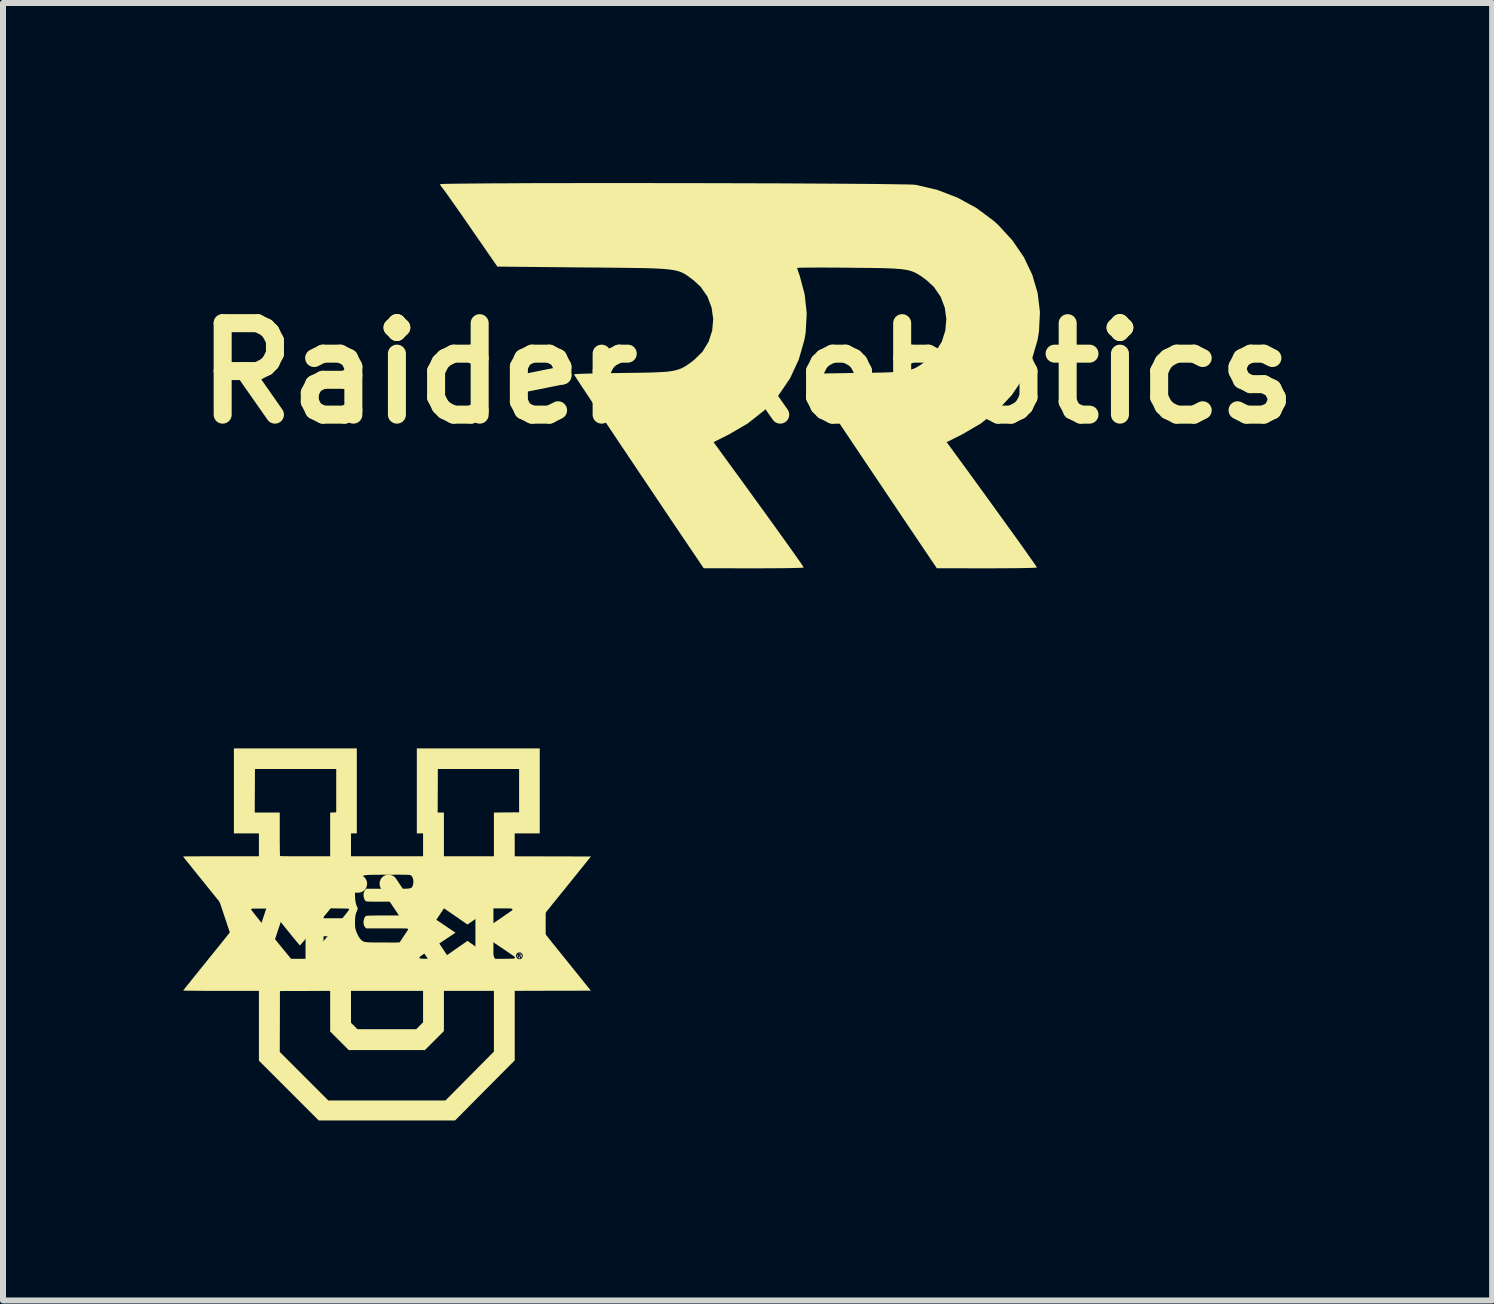
<source format=kicad_pcb>
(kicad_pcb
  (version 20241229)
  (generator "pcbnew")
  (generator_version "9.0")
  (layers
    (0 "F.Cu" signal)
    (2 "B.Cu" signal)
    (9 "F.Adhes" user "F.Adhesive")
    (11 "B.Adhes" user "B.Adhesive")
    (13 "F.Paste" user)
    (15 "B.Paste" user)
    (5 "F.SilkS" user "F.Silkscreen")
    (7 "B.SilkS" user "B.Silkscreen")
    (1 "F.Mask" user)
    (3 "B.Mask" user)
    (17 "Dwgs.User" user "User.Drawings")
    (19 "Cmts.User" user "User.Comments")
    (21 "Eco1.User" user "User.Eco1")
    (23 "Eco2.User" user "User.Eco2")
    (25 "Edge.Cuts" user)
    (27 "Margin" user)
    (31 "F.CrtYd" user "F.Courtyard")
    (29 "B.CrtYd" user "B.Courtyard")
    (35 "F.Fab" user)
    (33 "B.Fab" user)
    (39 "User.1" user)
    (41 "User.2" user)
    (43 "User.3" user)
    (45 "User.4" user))
  (footprint "Raider Robotics"
    (layer "F.Cu")
    (at 9.405 3.169)
    (property "Reference" "Raider Robotics" (at 0 0 0) (layer "F.SilkS") (effects (font (size 1.524 1.524) (thickness 0.3))))
    (attr through_hole)
    (fp_poly (pts (xy -1.841 -3.169) (xy -1.439 -3.168) (xy -1.034 -3.168) (xy -0.631 -3.167) (xy -0.232 -3.166) (xy 0.158 -3.165) (xy 0.535 -3.164) (xy 0.897 -3.162) (xy 1.238 -3.16) (xy 1.556 -3.158) (xy 1.847 -3.156) (xy 2.106 -3.154) (xy 2.331 -3.151) (xy 2.517 -3.148) (xy 2.661 -3.146) (xy 2.758 -3.143) (xy 2.806 -3.139) (xy 2.806 -3.139) (xy 3.16 -3.056) (xy 3.5 -2.925) (xy 3.818 -2.751) (xy 4.103 -2.538) (xy 4.177 -2.471) (xy 4.414 -2.213) (xy 4.604 -1.935) (xy 4.744 -1.641) (xy 4.834 -1.334) (xy 4.872 -1.019) (xy 4.856 -0.699) (xy 4.833 -0.558) (xy 4.736 -0.224) (xy 4.592 0.085) (xy 4.401 0.366) (xy 4.165 0.618) (xy 3.885 0.838) (xy 3.581 1.016) (xy 3.318 1.148) (xy 3.65 1.602) (xy 3.828 1.847) (xy 4.001 2.085) (xy 4.164 2.311) (xy 4.316 2.522) (xy 4.454 2.713) (xy 4.574 2.88) (xy 4.673 3.021) (xy 4.75 3.129) (xy 4.8 3.202) (xy 4.821 3.235) (xy 4.821 3.236) (xy 4.795 3.24) (xy 4.72 3.243) (xy 4.603 3.246) (xy 4.452 3.248) (xy 4.272 3.249) (xy 4.071 3.25) (xy 3.988 3.25) (xy 3.154 3.249) (xy 2.936 2.926) (xy 2.769 2.678) (xy 2.595 2.42) (xy 2.418 2.156) (xy 2.24 1.891) (xy 2.064 1.629) (xy 1.892 1.373) (xy 1.728 1.128) (xy 1.573 0.897) (xy 1.432 0.684) (xy 1.305 0.494) (xy 1.196 0.33) (xy 1.108 0.197) (xy 1.042 0.098) (xy 1.003 0.037) (xy 0.992 0.018) (xy 1.018 0.014) (xy 1.093 0.01) (xy 1.209 0.006) (xy 1.36 0.002) (xy 1.54 -0.001) (xy 1.74 -0.004) (xy 1.811 -0.005) (xy 2.059 -0.008) (xy 2.259 -0.012) (xy 2.418 -0.018) (xy 2.543 -0.026) (xy 2.642 -0.04) (xy 2.722 -0.059) (xy 2.789 -0.085) (xy 2.851 -0.119) (xy 2.916 -0.163) (xy 2.988 -0.217) (xy 3.133 -0.359) (xy 3.236 -0.526) (xy 3.295 -0.711) (xy 3.312 -0.903) (xy 3.286 -1.094) (xy 3.217 -1.275) (xy 3.105 -1.438) (xy 2.988 -1.546) (xy 2.918 -1.599) (xy 2.856 -1.641) (xy 2.796 -1.675) (xy 2.732 -1.701) (xy 2.657 -1.721) (xy 2.564 -1.734) (xy 2.446 -1.744) (xy 2.296 -1.75) (xy 2.109 -1.754) (xy 1.877 -1.756) (xy 1.729 -1.758) (xy 1.512 -1.76) (xy 1.314 -1.761) (xy 1.141 -1.761) (xy 1 -1.76) (xy 0.897 -1.759) (xy 0.838 -1.757) (xy 0.826 -1.755) (xy 0.835 -1.724) (xy 0.857 -1.659) (xy 0.87 -1.622) (xy 0.952 -1.315) (xy 0.986 -0.997) (xy 0.969 -0.682) (xy 0.948 -0.558) (xy 0.852 -0.224) (xy 0.708 0.085) (xy 0.517 0.366) (xy 0.28 0.618) (xy 0.001 0.838) (xy -0.304 1.016) (xy -0.566 1.148) (xy -0.235 1.602) (xy -0.056 1.847) (xy 0.116 2.085) (xy 0.28 2.311) (xy 0.432 2.522) (xy 0.569 2.713) (xy 0.689 2.88) (xy 0.789 3.021) (xy 0.865 3.129) (xy 0.915 3.202) (xy 0.936 3.235) (xy 0.937 3.236) (xy 0.91 3.24) (xy 0.835 3.243) (xy 0.719 3.246) (xy 0.567 3.248) (xy 0.388 3.249) (xy 0.186 3.25) (xy 0.103 3.25) (xy -0.73 3.249) (xy -0.948 2.926) (xy -1.116 2.678) (xy -1.29 2.42) (xy -1.467 2.156) (xy -1.645 1.891) (xy -1.821 1.629) (xy -1.992 1.373) (xy -2.157 1.128) (xy -2.311 0.897) (xy -2.453 0.684) (xy -2.58 0.494) (xy -2.688 0.33) (xy -2.777 0.197) (xy -2.842 0.098) (xy -2.881 0.037) (xy -2.893 0.018) (xy -2.866 0.014) (xy -2.791 0.01) (xy -2.675 0.006) (xy -2.524 0.002) (xy -2.345 -0.001) (xy -2.144 -0.004) (xy -2.073 -0.005) (xy -1.825 -0.008) (xy -1.625 -0.012) (xy -1.466 -0.018) (xy -1.341 -0.026) (xy -1.242 -0.04) (xy -1.163 -0.059) (xy -1.095 -0.085) (xy -1.033 -0.119) (xy -0.969 -0.163) (xy -0.896 -0.217) (xy -0.751 -0.359) (xy -0.649 -0.526) (xy -0.589 -0.711) (xy -0.572 -0.903) (xy -0.599 -1.094) (xy -0.667 -1.275) (xy -0.779 -1.438) (xy -0.896 -1.546) (xy -0.953 -1.589) (xy -1.003 -1.626) (xy -1.05 -1.656) (xy -1.1 -1.682) (xy -1.157 -1.702) (xy -1.228 -1.718) (xy -1.315 -1.73) (xy -1.425 -1.74) (xy -1.562 -1.747) (xy -1.731 -1.752) (xy -1.937 -1.755) (xy -2.185 -1.758) (xy -2.48 -1.761) (xy -2.711 -1.763) (xy -4.168 -1.777) (xy -4.604 -2.407) (xy -4.719 -2.574) (xy -4.826 -2.727) (xy -4.921 -2.861) (xy -4.997 -2.97) (xy -5.052 -3.046) (xy -5.081 -3.083) (xy -5.081 -3.084) (xy -5.115 -3.128) (xy -5.124 -3.15) (xy -5.097 -3.153) (xy -5.019 -3.156) (xy -4.893 -3.158) (xy -4.723 -3.16) (xy -4.513 -3.162) (xy -4.267 -3.164) (xy -3.989 -3.165) (xy -3.681 -3.167) (xy -3.348 -3.168) (xy -2.994 -3.168) (xy -2.622 -3.169) (xy -2.237 -3.169)) (stroke (width 0) (type solid)) (fill yes) (layer "F.SilkS")))
  (footprint "VEXU"
    (layer "F.Cu")
    (at 3.388 12.508)
    (property "Reference" "VEXU" (at 0 0 0) (layer "F.SilkS") (effects (font (size 1.524 1.524) (thickness 0.3))))
    (attr through_hole)
    (fp_poly (pts (xy 2.221 0.352) (xy 2.221 0.354) (xy 2.216 0.361) (xy 2.214 0.361) (xy 2.208 0.356) (xy 2.207 0.354) (xy 2.213 0.347) (xy 2.214 0.347)) (stroke (width 0) (type solid)) (fill yes) (layer "F.SilkS"))
    (fp_poly (pts (xy 2.186 0.349) (xy 2.186 0.366) (xy 2.186 0.366) (xy 2.186 0.387) (xy 2.183 0.395) (xy 2.179 0.39) (xy 2.176 0.379) (xy 2.175 0.361) (xy 2.179 0.349) (xy 2.183 0.344)) (stroke (width 0) (type solid)) (fill yes) (layer "F.SilkS"))
    (fp_poly (pts (xy 2.218 0.385) (xy 2.225 0.394) (xy 2.228 0.403) (xy 2.228 0.404) (xy 2.222 0.408) (xy 2.214 0.41) (xy 2.203 0.407) (xy 2.203 0.399) (xy 2.207 0.384) (xy 2.208 0.379) (xy 2.211 0.378)) (stroke (width 0) (type solid)) (fill yes) (layer "F.SilkS"))
    (fp_poly (pts (xy 2.236 0.332) (xy 2.251 0.346) (xy 2.256 0.368) (xy 2.254 0.386) (xy 2.248 0.392) (xy 2.239 0.385) (xy 2.237 0.382) (xy 2.233 0.369) (xy 2.237 0.362) (xy 2.24 0.352) (xy 2.232 0.341) (xy 2.216 0.333) (xy 2.209 0.331) (xy 2.197 0.329) (xy 2.199 0.328) (xy 2.212 0.327)) (stroke (width 0) (type solid)) (fill yes) (layer "F.SilkS"))
    (fp_poly (pts (xy -0.493 -1.673) (xy -0.59 -1.673) (xy -0.59 -1.291) (xy 0.611 -1.291) (xy 0.611 -1.673) (xy 0.507 -1.673) (xy 0.507 -2.02) (xy 0.854 -2.02) (xy 0.958 -2.02) (xy 0.958 -1.291) (xy 1.791 -1.291) (xy 1.791 -2.02) (xy 2.001 -2.022) (xy 2.211 -2.024) (xy 2.211 -2.745) (xy 0.857 -2.745) (xy 0.856 -2.383) (xy 0.854 -2.02) (xy 0.507 -2.02) (xy 0.507 -3.089) (xy 2.555 -3.089) (xy 2.555 -1.673) (xy 2.138 -1.673) (xy 2.138 -1.291) (xy 3.408 -1.288) (xy 2.96 -0.732) (xy 2.898 -0.656) (xy 2.839 -0.582) (xy 2.782 -0.513) (xy 2.73 -0.447) (xy 2.681 -0.387) (xy 2.638 -0.333) (xy 2.6 -0.286) (xy 2.567 -0.245) (xy 2.542 -0.213) (xy 2.523 -0.19) (xy 2.512 -0.177) (xy 2.509 -0.173) (xy 2.513 -0.167) (xy 2.525 -0.151) (xy 2.545 -0.126) (xy 2.571 -0.092) (xy 2.605 -0.05) (xy 2.644 -0.001) (xy 2.688 0.054) (xy 2.737 0.116) (xy 2.79 0.182) (xy 2.847 0.253) (xy 2.907 0.327) (xy 2.957 0.389) (xy 3.407 0.948) (xy 2.773 0.949) (xy 2.138 0.951) (xy 2.138 2.109) (xy 1.641 2.609) (xy 1.144 3.11) (xy -1.128 3.11) (xy -2.124 2.114) (xy -2.124 1.968) (xy -1.777 1.968) (xy -0.968 2.777) (xy 0.984 2.777) (xy 1.388 2.37) (xy 1.791 1.963) (xy 1.791 0.951) (xy 0.958 0.951) (xy 0.958 1.621) (xy 0.642 1.937) (xy -0.628 1.937) (xy -0.937 1.628) (xy -0.937 0.951) (xy -0.59 0.951) (xy -0.59 1.482) (xy -0.536 1.536) (xy -0.483 1.59) (xy 0.496 1.59) (xy 0.553 1.533) (xy 0.611 1.475) (xy 0.611 0.951) (xy -0.59 0.951) (xy -0.937 0.951) (xy -0.937 0.951) (xy -1.355 0.953) (xy -1.774 0.954) (xy -1.775 1.461) (xy -1.777 1.968) (xy -2.124 1.968) (xy -2.124 0.951) (xy -2.756 0.951) (xy -2.849 0.951) (xy -2.937 0.951) (xy -3.02 0.951) (xy -3.097 0.95) (xy -3.167 0.95) (xy -3.229 0.949) (xy -3.283 0.949) (xy -3.326 0.948) (xy -3.358 0.947) (xy -3.379 0.946) (xy -3.386 0.945) (xy -3.386 0.945) (xy -3.382 0.939) (xy -3.369 0.923) (xy -3.349 0.898) (xy -3.322 0.864) (xy -3.288 0.822) (xy -3.248 0.772) (xy -3.204 0.717) (xy -3.154 0.655) (xy -3.101 0.589) (xy -3.044 0.519) (xy -2.984 0.444) (xy -2.94 0.389) (xy -2.878 0.313) (xy -2.819 0.24) (xy -2.763 0.171) (xy -2.711 0.106) (xy -2.663 0.046) (xy -2.62 -0.008) (xy -2.582 -0.056) (xy -2.55 -0.095) (xy -2.524 -0.127) (xy -2.506 -0.15) (xy -2.496 -0.164) (xy -2.493 -0.167) (xy -2.497 -0.173) (xy -2.509 -0.189) (xy -2.529 -0.215) (xy -2.556 -0.249) (xy -2.589 -0.291) (xy -2.628 -0.34) (xy -2.672 -0.396) (xy -2.682 -0.408) (xy -2.255 -0.408) (xy -2.251 -0.4) (xy -2.238 -0.382) (xy -2.217 -0.354) (xy -2.187 -0.316) (xy -2.15 -0.269) (xy -2.105 -0.213) (xy -2.052 -0.148) (xy -1.992 -0.074) (xy -1.925 0.007) (xy -1.922 0.01) (xy -1.588 0.417) (xy -1.294 0.417) (xy -1.274 0.393) (xy 0.551 0.393) (xy 0.552 0.402) (xy 0.555 0.406) (xy 0.559 0.409) (xy 0.568 0.412) (xy 0.581 0.414) (xy 0.601 0.415) (xy 0.63 0.416) (xy 0.669 0.416) (xy 0.72 0.416) (xy 0.743 0.417) (xy 0.921 0.417) (xy 1.063 0.319) (xy 1.107 0.288) (xy 1.153 0.256) (xy 1.196 0.226) (xy 1.235 0.199) (xy 1.267 0.177) (xy 1.278 0.169) (xy 1.352 0.118) (xy 1.389 0.145) (xy 1.404 0.156) (xy 1.429 0.173) (xy 1.462 0.196) (xy 1.5 0.223) (xy 1.543 0.253) (xy 1.589 0.284) (xy 1.603 0.294) (xy 1.779 0.417) (xy 1.954 0.417) (xy 2.009 0.416) (xy 2.052 0.416) (xy 2.084 0.415) (xy 2.107 0.414) (xy 2.123 0.412) (xy 2.132 0.41) (xy 2.138 0.407) (xy 2.138 0.406) (xy 2.143 0.395) (xy 2.138 0.385) (xy 2.13 0.379) (xy 2.113 0.366) (xy 2.112 0.366) (xy 2.159 0.366) (xy 2.165 0.391) (xy 2.179 0.409) (xy 2.2 0.421) (xy 2.223 0.424) (xy 2.245 0.416) (xy 2.254 0.408) (xy 2.27 0.383) (xy 2.273 0.359) (xy 2.267 0.342) (xy 2.251 0.321) (xy 2.229 0.311) (xy 2.206 0.311) (xy 2.184 0.319) (xy 2.168 0.335) (xy 2.159 0.358) (xy 2.159 0.366) (xy 2.112 0.366) (xy 2.085 0.347) (xy 2.05 0.323) (xy 2.008 0.294) (xy 1.96 0.261) (xy 1.908 0.226) (xy 1.851 0.188) (xy 1.844 0.183) (xy 1.787 0.145) (xy 1.734 0.109) (xy 1.686 0.077) (xy 1.644 0.048) (xy 1.608 0.024) (xy 1.58 0.005) (xy 1.562 -0.008) (xy 1.553 -0.013) (xy 1.553 -0.014) (xy 1.558 -0.018) (xy 1.573 -0.03) (xy 1.597 -0.048) (xy 1.629 -0.071) (xy 1.669 -0.099) (xy 1.715 -0.13) (xy 1.765 -0.165) (xy 1.819 -0.201) (xy 1.874 -0.238) (xy 1.925 -0.273) (xy 1.972 -0.306) (xy 2.013 -0.334) (xy 2.048 -0.358) (xy 2.074 -0.376) (xy 2.091 -0.388) (xy 2.097 -0.393) (xy 2.101 -0.405) (xy 2.096 -0.413) (xy 2.092 -0.416) (xy 2.083 -0.419) (xy 2.068 -0.421) (xy 2.047 -0.422) (xy 2.016 -0.423) (xy 1.974 -0.423) (xy 1.921 -0.423) (xy 1.913 -0.423) (xy 1.739 -0.423) (xy 1.545 -0.289) (xy 1.351 -0.154) (xy 1.288 -0.198) (xy 1.263 -0.215) (xy 1.23 -0.238) (xy 1.19 -0.266) (xy 1.148 -0.295) (xy 1.105 -0.325) (xy 1.094 -0.332) (xy 0.962 -0.423) (xy 0.783 -0.423) (xy 0.727 -0.423) (xy 0.684 -0.423) (xy 0.652 -0.422) (xy 0.629 -0.421) (xy 0.614 -0.42) (xy 0.605 -0.417) (xy 0.6 -0.414) (xy 0.599 -0.413) (xy 0.6 -0.399) (xy 0.604 -0.392) (xy 0.611 -0.386) (xy 0.629 -0.374) (xy 0.656 -0.355) (xy 0.691 -0.33) (xy 0.732 -0.302) (xy 0.78 -0.269) (xy 0.831 -0.234) (xy 0.882 -0.2) (xy 1.151 -0.018) (xy 0.862 0.175) (xy 0.805 0.214) (xy 0.751 0.25) (xy 0.701 0.283) (xy 0.657 0.313) (xy 0.62 0.339) (xy 0.591 0.359) (xy 0.57 0.374) (xy 0.56 0.381) (xy 0.559 0.382) (xy 0.551 0.393) (xy -1.274 0.393) (xy -0.958 0.014) (xy -0.887 -0.072) (xy -0.824 -0.147) (xy -0.791 -0.187) (xy -0.523 -0.187) (xy -0.523 -0.147) (xy -0.521 -0.116) (xy -0.517 -0.091) (xy -0.511 -0.066) (xy -0.504 -0.045) (xy -0.487 -0.001) (xy -0.466 0.041) (xy -0.443 0.076) (xy -0.419 0.103) (xy -0.409 0.111) (xy -0.399 0.118) (xy -0.389 0.125) (xy -0.378 0.13) (xy -0.365 0.134) (xy -0.349 0.137) (xy -0.329 0.14) (xy -0.303 0.142) (xy -0.27 0.143) (xy -0.23 0.144) (xy -0.18 0.145) (xy -0.119 0.145) (xy -0.048 0.145) (xy 0.028 0.145) (xy 0.109 0.146) (xy 0.178 0.145) (xy 0.235 0.145) (xy 0.281 0.145) (xy 0.318 0.144) (xy 0.347 0.143) (xy 0.369 0.142) (xy 0.385 0.141) (xy 0.396 0.139) (xy 0.403 0.137) (xy 0.408 0.135) (xy 0.409 0.134) (xy 0.427 0.114) (xy 0.441 0.084) (xy 0.45 0.049) (xy 0.451 0.028) (xy 0.448 -0.005) (xy 0.44 -0.035) (xy 0.438 -0.039) (xy 0.433 -0.05) (xy 0.429 -0.059) (xy 0.424 -0.067) (xy 0.417 -0.073) (xy 0.407 -0.078) (xy 0.393 -0.082) (xy 0.373 -0.085) (xy 0.348 -0.087) (xy 0.315 -0.089) (xy 0.273 -0.09) (xy 0.221 -0.09) (xy 0.159 -0.09) (xy 0.085 -0.09) (xy 0.027 -0.09) (xy -0.338 -0.09) (xy -0.352 -0.106) (xy -0.371 -0.133) (xy -0.38 -0.167) (xy -0.382 -0.197) (xy -0.378 -0.228) (xy -0.369 -0.258) (xy -0.357 -0.282) (xy -0.342 -0.297) (xy -0.341 -0.298) (xy -0.331 -0.3) (xy -0.309 -0.301) (xy -0.274 -0.303) (xy -0.225 -0.304) (xy -0.164 -0.305) (xy -0.09 -0.305) (xy -0.002 -0.305) (xy 0.036 -0.305) (xy 0.4 -0.305) (xy 0.419 -0.325) (xy 0.438 -0.353) (xy 0.448 -0.388) (xy 0.451 -0.426) (xy 0.446 -0.463) (xy 0.433 -0.496) (xy 0.415 -0.518) (xy 0.395 -0.535) (xy 0.028 -0.535) (xy -0.053 -0.535) (xy -0.121 -0.535) (xy -0.177 -0.535) (xy -0.223 -0.535) (xy -0.26 -0.536) (xy -0.288 -0.536) (xy -0.31 -0.537) (xy -0.325 -0.539) (xy -0.336 -0.54) (xy -0.343 -0.542) (xy -0.347 -0.545) (xy -0.349 -0.547) (xy -0.368 -0.577) (xy -0.379 -0.614) (xy -0.382 -0.653) (xy -0.376 -0.69) (xy -0.361 -0.723) (xy -0.352 -0.734) (xy -0.338 -0.75) (xy 0.027 -0.75) (xy 0.11 -0.75) (xy 0.181 -0.75) (xy 0.239 -0.75) (xy 0.288 -0.75) (xy 0.326 -0.751) (xy 0.357 -0.753) (xy 0.38 -0.755) (xy 0.398 -0.759) (xy 0.41 -0.763) (xy 0.419 -0.769) (xy 0.425 -0.775) (xy 0.43 -0.784) (xy 0.435 -0.793) (xy 0.438 -0.801) (xy 0.448 -0.835) (xy 0.45 -0.871) (xy 0.446 -0.907) (xy 0.435 -0.94) (xy 0.418 -0.965) (xy 0.403 -0.977) (xy 0.396 -0.979) (xy 0.382 -0.981) (xy 0.362 -0.982) (xy 0.334 -0.983) (xy 0.297 -0.984) (xy 0.251 -0.984) (xy 0.193 -0.985) (xy 0.124 -0.984) (xy 0.042 -0.984) (xy 0.014 -0.984) (xy -0.07 -0.984) (xy -0.14 -0.983) (xy -0.2 -0.983) (xy -0.249 -0.982) (xy -0.289 -0.981) (xy -0.321 -0.979) (xy -0.346 -0.977) (xy -0.365 -0.973) (xy -0.38 -0.969) (xy -0.392 -0.963) (xy -0.402 -0.957) (xy -0.412 -0.948) (xy -0.421 -0.938) (xy -0.431 -0.928) (xy -0.468 -0.88) (xy -0.496 -0.821) (xy -0.514 -0.753) (xy -0.523 -0.675) (xy -0.523 -0.642) (xy -0.52 -0.573) (xy -0.511 -0.515) (xy -0.496 -0.466) (xy -0.486 -0.445) (xy -0.48 -0.431) (xy -0.478 -0.419) (xy -0.481 -0.406) (xy -0.489 -0.386) (xy -0.505 -0.347) (xy -0.515 -0.308) (xy -0.521 -0.266) (xy -0.523 -0.217) (xy -0.523 -0.187) (xy -0.791 -0.187) (xy -0.769 -0.214) (xy -0.723 -0.271) (xy -0.685 -0.318) (xy -0.656 -0.355) (xy -0.636 -0.382) (xy -0.624 -0.399) (xy -0.621 -0.405) (xy -0.622 -0.41) (xy -0.624 -0.413) (xy -0.629 -0.416) (xy -0.64 -0.418) (xy -0.657 -0.42) (xy -0.684 -0.42) (xy -0.72 -0.421) (xy -0.768 -0.422) (xy -0.775 -0.422) (xy -0.929 -0.424) (xy -1.182 -0.114) (xy -1.229 -0.058) (xy -1.273 -0.004) (xy -1.313 0.045) (xy -1.35 0.088) (xy -1.381 0.126) (xy -1.407 0.156) (xy -1.426 0.178) (xy -1.438 0.191) (xy -1.441 0.195) (xy -1.447 0.189) (xy -1.46 0.174) (xy -1.48 0.15) (xy -1.507 0.117) (xy -1.539 0.078) (xy -1.576 0.033) (xy -1.616 -0.017) (xy -1.66 -0.071) (xy -1.694 -0.113) (xy -1.94 -0.42) (xy -2.096 -0.42) (xy -2.147 -0.42) (xy -2.185 -0.42) (xy -2.213 -0.419) (xy -2.233 -0.418) (xy -2.245 -0.416) (xy -2.251 -0.413) (xy -2.254 -0.41) (xy -2.255 -0.408) (xy -2.682 -0.408) (xy -2.721 -0.457) (xy -2.775 -0.524) (xy -2.831 -0.595) (xy -2.891 -0.669) (xy -2.939 -0.729) (xy -3.001 -0.805) (xy -3.06 -0.879) (xy -3.116 -0.948) (xy -3.169 -1.014) (xy -3.217 -1.074) (xy -3.26 -1.128) (xy -3.298 -1.175) (xy -3.331 -1.215) (xy -3.356 -1.247) (xy -3.374 -1.27) (xy -3.385 -1.284) (xy -3.388 -1.288) (xy -3.381 -1.288) (xy -3.361 -1.289) (xy -3.329 -1.289) (xy -3.287 -1.29) (xy -3.234 -1.29) (xy -3.173 -1.29) (xy -3.103 -1.291) (xy -3.026 -1.291) (xy -2.944 -1.291) (xy -2.856 -1.291) (xy -2.764 -1.291) (xy -2.124 -1.291) (xy -2.124 -1.673) (xy -2.541 -1.673) (xy -2.541 -2.02) (xy -2.194 -2.02) (xy -1.777 -2.02) (xy -1.777 -1.66) (xy -1.777 -1.591) (xy -1.777 -1.526) (xy -1.776 -1.466) (xy -1.776 -1.413) (xy -1.775 -1.369) (xy -1.774 -1.334) (xy -1.774 -1.309) (xy -1.773 -1.297) (xy -1.772 -1.296) (xy -1.765 -1.295) (xy -1.745 -1.294) (xy -1.713 -1.293) (xy -1.671 -1.293) (xy -1.62 -1.292) (xy -1.561 -1.292) (xy -1.496 -1.291) (xy -1.425 -1.291) (xy -1.352 -1.291) (xy -0.937 -1.291) (xy -0.937 -2.019) (xy -0.887 -2.021) (xy -0.836 -2.024) (xy -0.836 -2.745) (xy -2.19 -2.745) (xy -2.192 -2.383) (xy -2.194 -2.02) (xy -2.541 -2.02) (xy -2.541 -3.089) (xy -0.493 -3.089)) (stroke (width 0) (type solid)) (fill yes) (layer "F.SilkS")))
  (gr_rect
    (start -3 -3)
    (end 21.811 18.618)
    (stroke (width 0.1) (type default))
    (fill no)
    (layer "Edge.Cuts")))
</source>
